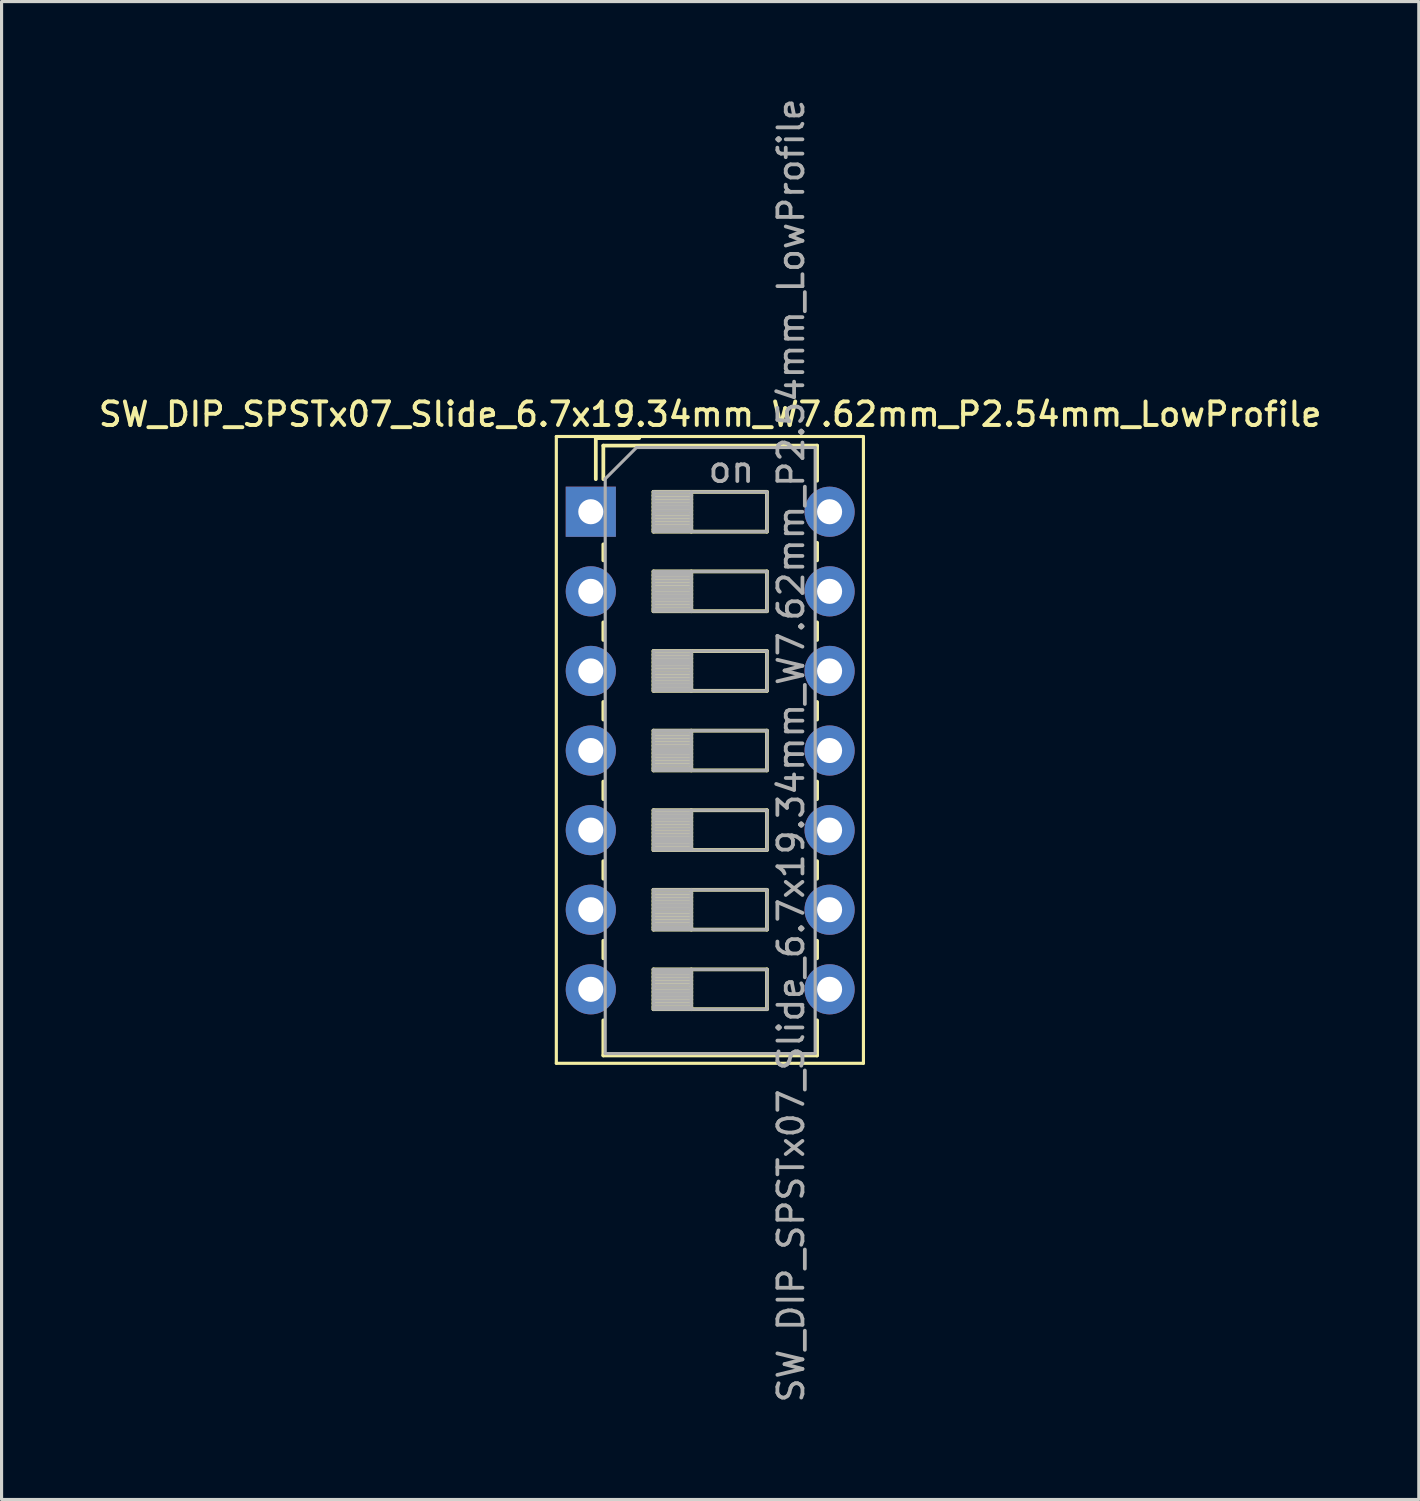
<source format=kicad_pcb>
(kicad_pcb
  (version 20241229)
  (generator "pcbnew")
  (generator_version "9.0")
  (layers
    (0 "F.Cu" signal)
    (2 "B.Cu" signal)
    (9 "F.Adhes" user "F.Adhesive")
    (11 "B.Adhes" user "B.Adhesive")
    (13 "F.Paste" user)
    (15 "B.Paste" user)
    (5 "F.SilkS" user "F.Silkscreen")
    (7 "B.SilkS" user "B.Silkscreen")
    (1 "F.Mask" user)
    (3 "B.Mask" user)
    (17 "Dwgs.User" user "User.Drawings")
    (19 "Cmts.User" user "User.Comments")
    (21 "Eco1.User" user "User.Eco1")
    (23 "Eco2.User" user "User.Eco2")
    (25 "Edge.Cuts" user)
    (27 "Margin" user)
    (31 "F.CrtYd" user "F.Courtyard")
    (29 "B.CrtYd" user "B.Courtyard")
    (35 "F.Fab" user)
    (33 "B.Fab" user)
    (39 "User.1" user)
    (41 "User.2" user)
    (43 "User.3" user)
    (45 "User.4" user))
  (footprint "SW_DIP_SPSTx07_Slide_6.7x19.34mm_W7.62mm_P2.54mm_LowProfile"
    (layer "F.Cu")
    (at 15.803 13.28)
    (property "Reference" "SW_DIP_SPSTx07_Slide_6.7x19.34mm_W7.62mm_P2.54mm_LowProfile" (at 3.81 -3.11 0) (layer "F.SilkS") (effects (font (size 0.75 0.75) (thickness 0.125))))
    (attr through_hole)
    (fp_line (start -1.1 -2.4) (end -1.1 17.6) (stroke (width 0.1) (type solid)) (layer "F.SilkS"))
    (fp_line (start -1.1 17.6) (end 8.7 17.6) (stroke (width 0.1) (type solid)) (layer "F.SilkS"))
    (fp_line (start 0.16 -2.35) (end 0.16 -1.04) (stroke (width 0.12) (type solid)) (layer "F.SilkS"))
    (fp_line (start 0.16 -2.35) (end 1.543 -2.35) (stroke (width 0.12) (type solid)) (layer "F.SilkS"))
    (fp_line (start 0.4 -2.11) (end 0.4 -1.04) (stroke (width 0.12) (type solid)) (layer "F.SilkS"))
    (fp_line (start 0.4 -2.11) (end 7.221 -2.11) (stroke (width 0.12) (type solid)) (layer "F.SilkS"))
    (fp_line (start 0.4 1.04) (end 0.4 1.551) (stroke (width 0.12) (type solid)) (layer "F.SilkS"))
    (fp_line (start 0.4 3.53) (end 0.4 4.091) (stroke (width 0.12) (type solid)) (layer "F.SilkS"))
    (fp_line (start 0.4 6.07) (end 0.4 6.631) (stroke (width 0.12) (type solid)) (layer "F.SilkS"))
    (fp_line (start 0.4 8.61) (end 0.4 9.17) (stroke (width 0.12) (type solid)) (layer "F.SilkS"))
    (fp_line (start 0.4 11.15) (end 0.4 11.71) (stroke (width 0.12) (type solid)) (layer "F.SilkS"))
    (fp_line (start 0.4 13.69) (end 0.4 14.25) (stroke (width 0.12) (type solid)) (layer "F.SilkS"))
    (fp_line (start 0.4 16.23) (end 0.4 17.35) (stroke (width 0.12) (type solid)) (layer "F.SilkS"))
    (fp_line (start 0.4 17.35) (end 7.221 17.35) (stroke (width 0.12) (type solid)) (layer "F.SilkS"))
    (fp_line (start 2 -0.635) (end 2 0.635) (stroke (width 0.12) (type solid)) (layer "F.SilkS"))
    (fp_line (start 2 -0.515) (end 3.207 -0.515) (stroke (width 0.12) (type solid)) (layer "F.SilkS"))
    (fp_line (start 2 -0.395) (end 3.207 -0.395) (stroke (width 0.12) (type solid)) (layer "F.SilkS"))
    (fp_line (start 2 -0.275) (end 3.207 -0.275) (stroke (width 0.12) (type solid)) (layer "F.SilkS"))
    (fp_line (start 2 -0.155) (end 3.207 -0.155) (stroke (width 0.12) (type solid)) (layer "F.SilkS"))
    (fp_line (start 2 -0.035) (end 3.207 -0.035) (stroke (width 0.12) (type solid)) (layer "F.SilkS"))
    (fp_line (start 2 0.085) (end 3.207 0.085) (stroke (width 0.12) (type solid)) (layer "F.SilkS"))
    (fp_line (start 2 0.205) (end 3.207 0.205) (stroke (width 0.12) (type solid)) (layer "F.SilkS"))
    (fp_line (start 2 0.325) (end 3.207 0.325) (stroke (width 0.12) (type solid)) (layer "F.SilkS"))
    (fp_line (start 2 0.445) (end 3.207 0.445) (stroke (width 0.12) (type solid)) (layer "F.SilkS"))
    (fp_line (start 2 0.565) (end 3.207 0.565) (stroke (width 0.12) (type solid)) (layer "F.SilkS"))
    (fp_line (start 2 0.635) (end 5.62 0.635) (stroke (width 0.12) (type solid)) (layer "F.SilkS"))
    (fp_line (start 2 1.905) (end 2 3.175) (stroke (width 0.12) (type solid)) (layer "F.SilkS"))
    (fp_line (start 2 2.025) (end 3.207 2.025) (stroke (width 0.12) (type solid)) (layer "F.SilkS"))
    (fp_line (start 2 2.145) (end 3.207 2.145) (stroke (width 0.12) (type solid)) (layer "F.SilkS"))
    (fp_line (start 2 2.265) (end 3.207 2.265) (stroke (width 0.12) (type solid)) (layer "F.SilkS"))
    (fp_line (start 2 2.385) (end 3.207 2.385) (stroke (width 0.12) (type solid)) (layer "F.SilkS"))
    (fp_line (start 2 2.505) (end 3.207 2.505) (stroke (width 0.12) (type solid)) (layer "F.SilkS"))
    (fp_line (start 2 2.625) (end 3.207 2.625) (stroke (width 0.12) (type solid)) (layer "F.SilkS"))
    (fp_line (start 2 2.745) (end 3.207 2.745) (stroke (width 0.12) (type solid)) (layer "F.SilkS"))
    (fp_line (start 2 2.865) (end 3.207 2.865) (stroke (width 0.12) (type solid)) (layer "F.SilkS"))
    (fp_line (start 2 2.985) (end 3.207 2.985) (stroke (width 0.12) (type solid)) (layer "F.SilkS"))
    (fp_line (start 2 3.105) (end 3.207 3.105) (stroke (width 0.12) (type solid)) (layer "F.SilkS"))
    (fp_line (start 2 3.175) (end 5.62 3.175) (stroke (width 0.12) (type solid)) (layer "F.SilkS"))
    (fp_line (start 2 4.445) (end 2 5.715) (stroke (width 0.12) (type solid)) (layer "F.SilkS"))
    (fp_line (start 2 4.565) (end 3.207 4.565) (stroke (width 0.12) (type solid)) (layer "F.SilkS"))
    (fp_line (start 2 4.685) (end 3.207 4.685) (stroke (width 0.12) (type solid)) (layer "F.SilkS"))
    (fp_line (start 2 4.805) (end 3.207 4.805) (stroke (width 0.12) (type solid)) (layer "F.SilkS"))
    (fp_line (start 2 4.925) (end 3.207 4.925) (stroke (width 0.12) (type solid)) (layer "F.SilkS"))
    (fp_line (start 2 5.045) (end 3.207 5.045) (stroke (width 0.12) (type solid)) (layer "F.SilkS"))
    (fp_line (start 2 5.165) (end 3.207 5.165) (stroke (width 0.12) (type solid)) (layer "F.SilkS"))
    (fp_line (start 2 5.285) (end 3.207 5.285) (stroke (width 0.12) (type solid)) (layer "F.SilkS"))
    (fp_line (start 2 5.405) (end 3.207 5.405) (stroke (width 0.12) (type solid)) (layer "F.SilkS"))
    (fp_line (start 2 5.525) (end 3.207 5.525) (stroke (width 0.12) (type solid)) (layer "F.SilkS"))
    (fp_line (start 2 5.645) (end 3.207 5.645) (stroke (width 0.12) (type solid)) (layer "F.SilkS"))
    (fp_line (start 2 5.715) (end 5.62 5.715) (stroke (width 0.12) (type solid)) (layer "F.SilkS"))
    (fp_line (start 2 6.985) (end 2 8.255) (stroke (width 0.12) (type solid)) (layer "F.SilkS"))
    (fp_line (start 2 7.105) (end 3.207 7.105) (stroke (width 0.12) (type solid)) (layer "F.SilkS"))
    (fp_line (start 2 7.225) (end 3.207 7.225) (stroke (width 0.12) (type solid)) (layer "F.SilkS"))
    (fp_line (start 2 7.345) (end 3.207 7.345) (stroke (width 0.12) (type solid)) (layer "F.SilkS"))
    (fp_line (start 2 7.465) (end 3.207 7.465) (stroke (width 0.12) (type solid)) (layer "F.SilkS"))
    (fp_line (start 2 7.585) (end 3.207 7.585) (stroke (width 0.12) (type solid)) (layer "F.SilkS"))
    (fp_line (start 2 7.705) (end 3.207 7.705) (stroke (width 0.12) (type solid)) (layer "F.SilkS"))
    (fp_line (start 2 7.825) (end 3.207 7.825) (stroke (width 0.12) (type solid)) (layer "F.SilkS"))
    (fp_line (start 2 7.945) (end 3.207 7.945) (stroke (width 0.12) (type solid)) (layer "F.SilkS"))
    (fp_line (start 2 8.065) (end 3.207 8.065) (stroke (width 0.12) (type solid)) (layer "F.SilkS"))
    (fp_line (start 2 8.185) (end 3.207 8.185) (stroke (width 0.12) (type solid)) (layer "F.SilkS"))
    (fp_line (start 2 8.255) (end 5.62 8.255) (stroke (width 0.12) (type solid)) (layer "F.SilkS"))
    (fp_line (start 2 9.525) (end 2 10.795) (stroke (width 0.12) (type solid)) (layer "F.SilkS"))
    (fp_line (start 2 9.645) (end 3.207 9.645) (stroke (width 0.12) (type solid)) (layer "F.SilkS"))
    (fp_line (start 2 9.765) (end 3.207 9.765) (stroke (width 0.12) (type solid)) (layer "F.SilkS"))
    (fp_line (start 2 9.885) (end 3.207 9.885) (stroke (width 0.12) (type solid)) (layer "F.SilkS"))
    (fp_line (start 2 10.005) (end 3.207 10.005) (stroke (width 0.12) (type solid)) (layer "F.SilkS"))
    (fp_line (start 2 10.125) (end 3.207 10.125) (stroke (width 0.12) (type solid)) (layer "F.SilkS"))
    (fp_line (start 2 10.245) (end 3.207 10.245) (stroke (width 0.12) (type solid)) (layer "F.SilkS"))
    (fp_line (start 2 10.365) (end 3.207 10.365) (stroke (width 0.12) (type solid)) (layer "F.SilkS"))
    (fp_line (start 2 10.485) (end 3.207 10.485) (stroke (width 0.12) (type solid)) (layer "F.SilkS"))
    (fp_line (start 2 10.605) (end 3.207 10.605) (stroke (width 0.12) (type solid)) (layer "F.SilkS"))
    (fp_line (start 2 10.725) (end 3.207 10.725) (stroke (width 0.12) (type solid)) (layer "F.SilkS"))
    (fp_line (start 2 10.795) (end 5.62 10.795) (stroke (width 0.12) (type solid)) (layer "F.SilkS"))
    (fp_line (start 2 12.065) (end 2 13.335) (stroke (width 0.12) (type solid)) (layer "F.SilkS"))
    (fp_line (start 2 12.185) (end 3.207 12.185) (stroke (width 0.12) (type solid)) (layer "F.SilkS"))
    (fp_line (start 2 12.305) (end 3.207 12.305) (stroke (width 0.12) (type solid)) (layer "F.SilkS"))
    (fp_line (start 2 12.425) (end 3.207 12.425) (stroke (width 0.12) (type solid)) (layer "F.SilkS"))
    (fp_line (start 2 12.545) (end 3.207 12.545) (stroke (width 0.12) (type solid)) (layer "F.SilkS"))
    (fp_line (start 2 12.665) (end 3.207 12.665) (stroke (width 0.12) (type solid)) (layer "F.SilkS"))
    (fp_line (start 2 12.785) (end 3.207 12.785) (stroke (width 0.12) (type solid)) (layer "F.SilkS"))
    (fp_line (start 2 12.905) (end 3.207 12.905) (stroke (width 0.12) (type solid)) (layer "F.SilkS"))
    (fp_line (start 2 13.025) (end 3.207 13.025) (stroke (width 0.12) (type solid)) (layer "F.SilkS"))
    (fp_line (start 2 13.145) (end 3.207 13.145) (stroke (width 0.12) (type solid)) (layer "F.SilkS"))
    (fp_line (start 2 13.265) (end 3.207 13.265) (stroke (width 0.12) (type solid)) (layer "F.SilkS"))
    (fp_line (start 2 13.335) (end 5.62 13.335) (stroke (width 0.12) (type solid)) (layer "F.SilkS"))
    (fp_line (start 2 14.605) (end 2 15.875) (stroke (width 0.12) (type solid)) (layer "F.SilkS"))
    (fp_line (start 2 14.725) (end 3.207 14.725) (stroke (width 0.12) (type solid)) (layer "F.SilkS"))
    (fp_line (start 2 14.845) (end 3.207 14.845) (stroke (width 0.12) (type solid)) (layer "F.SilkS"))
    (fp_line (start 2 14.965) (end 3.207 14.965) (stroke (width 0.12) (type solid)) (layer "F.SilkS"))
    (fp_line (start 2 15.085) (end 3.207 15.085) (stroke (width 0.12) (type solid)) (layer "F.SilkS"))
    (fp_line (start 2 15.205) (end 3.207 15.205) (stroke (width 0.12) (type solid)) (layer "F.SilkS"))
    (fp_line (start 2 15.325) (end 3.207 15.325) (stroke (width 0.12) (type solid)) (layer "F.SilkS"))
    (fp_line (start 2 15.445) (end 3.207 15.445) (stroke (width 0.12) (type solid)) (layer "F.SilkS"))
    (fp_line (start 2 15.565) (end 3.207 15.565) (stroke (width 0.12) (type solid)) (layer "F.SilkS"))
    (fp_line (start 2 15.685) (end 3.207 15.685) (stroke (width 0.12) (type solid)) (layer "F.SilkS"))
    (fp_line (start 2 15.805) (end 3.207 15.805) (stroke (width 0.12) (type solid)) (layer "F.SilkS"))
    (fp_line (start 2 15.875) (end 5.62 15.875) (stroke (width 0.12) (type solid)) (layer "F.SilkS"))
    (fp_line (start 3.207 -0.635) (end 3.207 0.635) (stroke (width 0.12) (type solid)) (layer "F.SilkS"))
    (fp_line (start 3.207 1.905) (end 3.207 3.175) (stroke (width 0.12) (type solid)) (layer "F.SilkS"))
    (fp_line (start 3.207 4.445) (end 3.207 5.715) (stroke (width 0.12) (type solid)) (layer "F.SilkS"))
    (fp_line (start 3.207 6.985) (end 3.207 8.255) (stroke (width 0.12) (type solid)) (layer "F.SilkS"))
    (fp_line (start 3.207 9.525) (end 3.207 10.795) (stroke (width 0.12) (type solid)) (layer "F.SilkS"))
    (fp_line (start 3.207 12.065) (end 3.207 13.335) (stroke (width 0.12) (type solid)) (layer "F.SilkS"))
    (fp_line (start 3.207 14.605) (end 3.207 15.875) (stroke (width 0.12) (type solid)) (layer "F.SilkS"))
    (fp_line (start 5.62 -0.635) (end 2 -0.635) (stroke (width 0.12) (type solid)) (layer "F.SilkS"))
    (fp_line (start 5.62 0.635) (end 5.62 -0.635) (stroke (width 0.12) (type solid)) (layer "F.SilkS"))
    (fp_line (start 5.62 1.905) (end 2 1.905) (stroke (width 0.12) (type solid)) (layer "F.SilkS"))
    (fp_line (start 5.62 3.175) (end 5.62 1.905) (stroke (width 0.12) (type solid)) (layer "F.SilkS"))
    (fp_line (start 5.62 4.445) (end 2 4.445) (stroke (width 0.12) (type solid)) (layer "F.SilkS"))
    (fp_line (start 5.62 5.715) (end 5.62 4.445) (stroke (width 0.12) (type solid)) (layer "F.SilkS"))
    (fp_line (start 5.62 6.985) (end 2 6.985) (stroke (width 0.12) (type solid)) (layer "F.SilkS"))
    (fp_line (start 5.62 8.255) (end 5.62 6.985) (stroke (width 0.12) (type solid)) (layer "F.SilkS"))
    (fp_line (start 5.62 9.525) (end 2 9.525) (stroke (width 0.12) (type solid)) (layer "F.SilkS"))
    (fp_line (start 5.62 10.795) (end 5.62 9.525) (stroke (width 0.12) (type solid)) (layer "F.SilkS"))
    (fp_line (start 5.62 12.065) (end 2 12.065) (stroke (width 0.12) (type solid)) (layer "F.SilkS"))
    (fp_line (start 5.62 13.335) (end 5.62 12.065) (stroke (width 0.12) (type solid)) (layer "F.SilkS"))
    (fp_line (start 5.62 14.605) (end 2 14.605) (stroke (width 0.12) (type solid)) (layer "F.SilkS"))
    (fp_line (start 5.62 15.875) (end 5.62 14.605) (stroke (width 0.12) (type solid)) (layer "F.SilkS"))
    (fp_line (start 7.221 -2.11) (end 7.221 -0.99) (stroke (width 0.12) (type solid)) (layer "F.SilkS"))
    (fp_line (start 7.221 0.99) (end 7.221 1.551) (stroke (width 0.12) (type solid)) (layer "F.SilkS"))
    (fp_line (start 7.221 3.53) (end 7.221 4.091) (stroke (width 0.12) (type solid)) (layer "F.SilkS"))
    (fp_line (start 7.221 6.07) (end 7.221 6.631) (stroke (width 0.12) (type solid)) (layer "F.SilkS"))
    (fp_line (start 7.221 8.61) (end 7.221 9.17) (stroke (width 0.12) (type solid)) (layer "F.SilkS"))
    (fp_line (start 7.221 11.15) (end 7.221 11.71) (stroke (width 0.12) (type solid)) (layer "F.SilkS"))
    (fp_line (start 7.221 13.69) (end 7.221 14.25) (stroke (width 0.12) (type solid)) (layer "F.SilkS"))
    (fp_line (start 7.221 16.23) (end 7.221 17.35) (stroke (width 0.12) (type solid)) (layer "F.SilkS"))
    (fp_line (start 8.7 -2.4) (end -1.1 -2.4) (stroke (width 0.1) (type solid)) (layer "F.SilkS"))
    (fp_line (start 8.7 17.6) (end 8.7 -2.4) (stroke (width 0.1) (type solid)) (layer "F.SilkS"))
    (fp_line (start 0.46 -1.05) (end 1.46 -2.05) (stroke (width 0.1) (type solid)) (layer "F.Fab"))
    (fp_line (start 0.46 17.29) (end 0.46 -1.05) (stroke (width 0.1) (type solid)) (layer "F.Fab"))
    (fp_line (start 1.46 -2.05) (end 7.16 -2.05) (stroke (width 0.1) (type solid)) (layer "F.Fab"))
    (fp_line (start 2 -0.635) (end 2 0.635) (stroke (width 0.1) (type solid)) (layer "F.Fab"))
    (fp_line (start 2 -0.535) (end 3.207 -0.535) (stroke (width 0.1) (type solid)) (layer "F.Fab"))
    (fp_line (start 2 -0.435) (end 3.207 -0.435) (stroke (width 0.1) (type solid)) (layer "F.Fab"))
    (fp_line (start 2 -0.335) (end 3.207 -0.335) (stroke (width 0.1) (type solid)) (layer "F.Fab"))
    (fp_line (start 2 -0.235) (end 3.207 -0.235) (stroke (width 0.1) (type solid)) (layer "F.Fab"))
    (fp_line (start 2 -0.135) (end 3.207 -0.135) (stroke (width 0.1) (type solid)) (layer "F.Fab"))
    (fp_line (start 2 -0.035) (end 3.207 -0.035) (stroke (width 0.1) (type solid)) (layer "F.Fab"))
    (fp_line (start 2 0.065) (end 3.207 0.065) (stroke (width 0.1) (type solid)) (layer "F.Fab"))
    (fp_line (start 2 0.165) (end 3.207 0.165) (stroke (width 0.1) (type solid)) (layer "F.Fab"))
    (fp_line (start 2 0.265) (end 3.207 0.265) (stroke (width 0.1) (type solid)) (layer "F.Fab"))
    (fp_line (start 2 0.365) (end 3.207 0.365) (stroke (width 0.1) (type solid)) (layer "F.Fab"))
    (fp_line (start 2 0.465) (end 3.207 0.465) (stroke (width 0.1) (type solid)) (layer "F.Fab"))
    (fp_line (start 2 0.565) (end 3.207 0.565) (stroke (width 0.1) (type solid)) (layer "F.Fab"))
    (fp_line (start 2 0.635) (end 5.62 0.635) (stroke (width 0.1) (type solid)) (layer "F.Fab"))
    (fp_line (start 2 1.905) (end 2 3.175) (stroke (width 0.1) (type solid)) (layer "F.Fab"))
    (fp_line (start 2 2.005) (end 3.207 2.005) (stroke (width 0.1) (type solid)) (layer "F.Fab"))
    (fp_line (start 2 2.105) (end 3.207 2.105) (stroke (width 0.1) (type solid)) (layer "F.Fab"))
    (fp_line (start 2 2.205) (end 3.207 2.205) (stroke (width 0.1) (type solid)) (layer "F.Fab"))
    (fp_line (start 2 2.305) (end 3.207 2.305) (stroke (width 0.1) (type solid)) (layer "F.Fab"))
    (fp_line (start 2 2.405) (end 3.207 2.405) (stroke (width 0.1) (type solid)) (layer "F.Fab"))
    (fp_line (start 2 2.505) (end 3.207 2.505) (stroke (width 0.1) (type solid)) (layer "F.Fab"))
    (fp_line (start 2 2.605) (end 3.207 2.605) (stroke (width 0.1) (type solid)) (layer "F.Fab"))
    (fp_line (start 2 2.705) (end 3.207 2.705) (stroke (width 0.1) (type solid)) (layer "F.Fab"))
    (fp_line (start 2 2.805) (end 3.207 2.805) (stroke (width 0.1) (type solid)) (layer "F.Fab"))
    (fp_line (start 2 2.905) (end 3.207 2.905) (stroke (width 0.1) (type solid)) (layer "F.Fab"))
    (fp_line (start 2 3.005) (end 3.207 3.005) (stroke (width 0.1) (type solid)) (layer "F.Fab"))
    (fp_line (start 2 3.105) (end 3.207 3.105) (stroke (width 0.1) (type solid)) (layer "F.Fab"))
    (fp_line (start 2 3.175) (end 5.62 3.175) (stroke (width 0.1) (type solid)) (layer "F.Fab"))
    (fp_line (start 2 4.445) (end 2 5.715) (stroke (width 0.1) (type solid)) (layer "F.Fab"))
    (fp_line (start 2 4.545) (end 3.207 4.545) (stroke (width 0.1) (type solid)) (layer "F.Fab"))
    (fp_line (start 2 4.645) (end 3.207 4.645) (stroke (width 0.1) (type solid)) (layer "F.Fab"))
    (fp_line (start 2 4.745) (end 3.207 4.745) (stroke (width 0.1) (type solid)) (layer "F.Fab"))
    (fp_line (start 2 4.845) (end 3.207 4.845) (stroke (width 0.1) (type solid)) (layer "F.Fab"))
    (fp_line (start 2 4.945) (end 3.207 4.945) (stroke (width 0.1) (type solid)) (layer "F.Fab"))
    (fp_line (start 2 5.045) (end 3.207 5.045) (stroke (width 0.1) (type solid)) (layer "F.Fab"))
    (fp_line (start 2 5.145) (end 3.207 5.145) (stroke (width 0.1) (type solid)) (layer "F.Fab"))
    (fp_line (start 2 5.245) (end 3.207 5.245) (stroke (width 0.1) (type solid)) (layer "F.Fab"))
    (fp_line (start 2 5.345) (end 3.207 5.345) (stroke (width 0.1) (type solid)) (layer "F.Fab"))
    (fp_line (start 2 5.445) (end 3.207 5.445) (stroke (width 0.1) (type solid)) (layer "F.Fab"))
    (fp_line (start 2 5.545) (end 3.207 5.545) (stroke (width 0.1) (type solid)) (layer "F.Fab"))
    (fp_line (start 2 5.645) (end 3.207 5.645) (stroke (width 0.1) (type solid)) (layer "F.Fab"))
    (fp_line (start 2 5.715) (end 5.62 5.715) (stroke (width 0.1) (type solid)) (layer "F.Fab"))
    (fp_line (start 2 6.985) (end 2 8.255) (stroke (width 0.1) (type solid)) (layer "F.Fab"))
    (fp_line (start 2 7.085) (end 3.207 7.085) (stroke (width 0.1) (type solid)) (layer "F.Fab"))
    (fp_line (start 2 7.185) (end 3.207 7.185) (stroke (width 0.1) (type solid)) (layer "F.Fab"))
    (fp_line (start 2 7.285) (end 3.207 7.285) (stroke (width 0.1) (type solid)) (layer "F.Fab"))
    (fp_line (start 2 7.385) (end 3.207 7.385) (stroke (width 0.1) (type solid)) (layer "F.Fab"))
    (fp_line (start 2 7.485) (end 3.207 7.485) (stroke (width 0.1) (type solid)) (layer "F.Fab"))
    (fp_line (start 2 7.585) (end 3.207 7.585) (stroke (width 0.1) (type solid)) (layer "F.Fab"))
    (fp_line (start 2 7.685) (end 3.207 7.685) (stroke (width 0.1) (type solid)) (layer "F.Fab"))
    (fp_line (start 2 7.785) (end 3.207 7.785) (stroke (width 0.1) (type solid)) (layer "F.Fab"))
    (fp_line (start 2 7.885) (end 3.207 7.885) (stroke (width 0.1) (type solid)) (layer "F.Fab"))
    (fp_line (start 2 7.985) (end 3.207 7.985) (stroke (width 0.1) (type solid)) (layer "F.Fab"))
    (fp_line (start 2 8.085) (end 3.207 8.085) (stroke (width 0.1) (type solid)) (layer "F.Fab"))
    (fp_line (start 2 8.185) (end 3.207 8.185) (stroke (width 0.1) (type solid)) (layer "F.Fab"))
    (fp_line (start 2 8.255) (end 5.62 8.255) (stroke (width 0.1) (type solid)) (layer "F.Fab"))
    (fp_line (start 2 9.525) (end 2 10.795) (stroke (width 0.1) (type solid)) (layer "F.Fab"))
    (fp_line (start 2 9.625) (end 3.207 9.625) (stroke (width 0.1) (type solid)) (layer "F.Fab"))
    (fp_line (start 2 9.725) (end 3.207 9.725) (stroke (width 0.1) (type solid)) (layer "F.Fab"))
    (fp_line (start 2 9.825) (end 3.207 9.825) (stroke (width 0.1) (type solid)) (layer "F.Fab"))
    (fp_line (start 2 9.925) (end 3.207 9.925) (stroke (width 0.1) (type solid)) (layer "F.Fab"))
    (fp_line (start 2 10.025) (end 3.207 10.025) (stroke (width 0.1) (type solid)) (layer "F.Fab"))
    (fp_line (start 2 10.125) (end 3.207 10.125) (stroke (width 0.1) (type solid)) (layer "F.Fab"))
    (fp_line (start 2 10.225) (end 3.207 10.225) (stroke (width 0.1) (type solid)) (layer "F.Fab"))
    (fp_line (start 2 10.325) (end 3.207 10.325) (stroke (width 0.1) (type solid)) (layer "F.Fab"))
    (fp_line (start 2 10.425) (end 3.207 10.425) (stroke (width 0.1) (type solid)) (layer "F.Fab"))
    (fp_line (start 2 10.525) (end 3.207 10.525) (stroke (width 0.1) (type solid)) (layer "F.Fab"))
    (fp_line (start 2 10.625) (end 3.207 10.625) (stroke (width 0.1) (type solid)) (layer "F.Fab"))
    (fp_line (start 2 10.725) (end 3.207 10.725) (stroke (width 0.1) (type solid)) (layer "F.Fab"))
    (fp_line (start 2 10.795) (end 5.62 10.795) (stroke (width 0.1) (type solid)) (layer "F.Fab"))
    (fp_line (start 2 12.065) (end 2 13.335) (stroke (width 0.1) (type solid)) (layer "F.Fab"))
    (fp_line (start 2 12.165) (end 3.207 12.165) (stroke (width 0.1) (type solid)) (layer "F.Fab"))
    (fp_line (start 2 12.265) (end 3.207 12.265) (stroke (width 0.1) (type solid)) (layer "F.Fab"))
    (fp_line (start 2 12.365) (end 3.207 12.365) (stroke (width 0.1) (type solid)) (layer "F.Fab"))
    (fp_line (start 2 12.465) (end 3.207 12.465) (stroke (width 0.1) (type solid)) (layer "F.Fab"))
    (fp_line (start 2 12.565) (end 3.207 12.565) (stroke (width 0.1) (type solid)) (layer "F.Fab"))
    (fp_line (start 2 12.665) (end 3.207 12.665) (stroke (width 0.1) (type solid)) (layer "F.Fab"))
    (fp_line (start 2 12.765) (end 3.207 12.765) (stroke (width 0.1) (type solid)) (layer "F.Fab"))
    (fp_line (start 2 12.865) (end 3.207 12.865) (stroke (width 0.1) (type solid)) (layer "F.Fab"))
    (fp_line (start 2 12.965) (end 3.207 12.965) (stroke (width 0.1) (type solid)) (layer "F.Fab"))
    (fp_line (start 2 13.065) (end 3.207 13.065) (stroke (width 0.1) (type solid)) (layer "F.Fab"))
    (fp_line (start 2 13.165) (end 3.207 13.165) (stroke (width 0.1) (type solid)) (layer "F.Fab"))
    (fp_line (start 2 13.265) (end 3.207 13.265) (stroke (width 0.1) (type solid)) (layer "F.Fab"))
    (fp_line (start 2 13.335) (end 5.62 13.335) (stroke (width 0.1) (type solid)) (layer "F.Fab"))
    (fp_line (start 2 14.605) (end 2 15.875) (stroke (width 0.1) (type solid)) (layer "F.Fab"))
    (fp_line (start 2 14.705) (end 3.207 14.705) (stroke (width 0.1) (type solid)) (layer "F.Fab"))
    (fp_line (start 2 14.805) (end 3.207 14.805) (stroke (width 0.1) (type solid)) (layer "F.Fab"))
    (fp_line (start 2 14.905) (end 3.207 14.905) (stroke (width 0.1) (type solid)) (layer "F.Fab"))
    (fp_line (start 2 15.005) (end 3.207 15.005) (stroke (width 0.1) (type solid)) (layer "F.Fab"))
    (fp_line (start 2 15.105) (end 3.207 15.105) (stroke (width 0.1) (type solid)) (layer "F.Fab"))
    (fp_line (start 2 15.205) (end 3.207 15.205) (stroke (width 0.1) (type solid)) (layer "F.Fab"))
    (fp_line (start 2 15.305) (end 3.207 15.305) (stroke (width 0.1) (type solid)) (layer "F.Fab"))
    (fp_line (start 2 15.405) (end 3.207 15.405) (stroke (width 0.1) (type solid)) (layer "F.Fab"))
    (fp_line (start 2 15.505) (end 3.207 15.505) (stroke (width 0.1) (type solid)) (layer "F.Fab"))
    (fp_line (start 2 15.605) (end 3.207 15.605) (stroke (width 0.1) (type solid)) (layer "F.Fab"))
    (fp_line (start 2 15.705) (end 3.207 15.705) (stroke (width 0.1) (type solid)) (layer "F.Fab"))
    (fp_line (start 2 15.805) (end 3.207 15.805) (stroke (width 0.1) (type solid)) (layer "F.Fab"))
    (fp_line (start 2 15.875) (end 5.62 15.875) (stroke (width 0.1) (type solid)) (layer "F.Fab"))
    (fp_line (start 3.207 -0.635) (end 3.207 0.635) (stroke (width 0.1) (type solid)) (layer "F.Fab"))
    (fp_line (start 3.207 1.905) (end 3.207 3.175) (stroke (width 0.1) (type solid)) (layer "F.Fab"))
    (fp_line (start 3.207 4.445) (end 3.207 5.715) (stroke (width 0.1) (type solid)) (layer "F.Fab"))
    (fp_line (start 3.207 6.985) (end 3.207 8.255) (stroke (width 0.1) (type solid)) (layer "F.Fab"))
    (fp_line (start 3.207 9.525) (end 3.207 10.795) (stroke (width 0.1) (type solid)) (layer "F.Fab"))
    (fp_line (start 3.207 12.065) (end 3.207 13.335) (stroke (width 0.1) (type solid)) (layer "F.Fab"))
    (fp_line (start 3.207 14.605) (end 3.207 15.875) (stroke (width 0.1) (type solid)) (layer "F.Fab"))
    (fp_line (start 5.62 -0.635) (end 2 -0.635) (stroke (width 0.1) (type solid)) (layer "F.Fab"))
    (fp_line (start 5.62 0.635) (end 5.62 -0.635) (stroke (width 0.1) (type solid)) (layer "F.Fab"))
    (fp_line (start 5.62 1.905) (end 2 1.905) (stroke (width 0.1) (type solid)) (layer "F.Fab"))
    (fp_line (start 5.62 3.175) (end 5.62 1.905) (stroke (width 0.1) (type solid)) (layer "F.Fab"))
    (fp_line (start 5.62 4.445) (end 2 4.445) (stroke (width 0.1) (type solid)) (layer "F.Fab"))
    (fp_line (start 5.62 5.715) (end 5.62 4.445) (stroke (width 0.1) (type solid)) (layer "F.Fab"))
    (fp_line (start 5.62 6.985) (end 2 6.985) (stroke (width 0.1) (type solid)) (layer "F.Fab"))
    (fp_line (start 5.62 8.255) (end 5.62 6.985) (stroke (width 0.1) (type solid)) (layer "F.Fab"))
    (fp_line (start 5.62 9.525) (end 2 9.525) (stroke (width 0.1) (type solid)) (layer "F.Fab"))
    (fp_line (start 5.62 10.795) (end 5.62 9.525) (stroke (width 0.1) (type solid)) (layer "F.Fab"))
    (fp_line (start 5.62 12.065) (end 2 12.065) (stroke (width 0.1) (type solid)) (layer "F.Fab"))
    (fp_line (start 5.62 13.335) (end 5.62 12.065) (stroke (width 0.1) (type solid)) (layer "F.Fab"))
    (fp_line (start 5.62 14.605) (end 2 14.605) (stroke (width 0.1) (type solid)) (layer "F.Fab"))
    (fp_line (start 5.62 15.875) (end 5.62 14.605) (stroke (width 0.1) (type solid)) (layer "F.Fab"))
    (fp_line (start 7.16 -2.05) (end 7.16 17.29) (stroke (width 0.1) (type solid)) (layer "F.Fab"))
    (fp_line (start 7.16 17.29) (end 0.46 17.29) (stroke (width 0.1) (type solid)) (layer "F.Fab"))
    (fp_text user "${REFERENCE}" (at 6.39 7.62 90) (layer "F.Fab") (effects (font (size 0.8 0.8) (thickness 0.12))))
    (fp_text user "on" (at 4.485 -1.343 0) (layer "F.Fab") (effects (font (size 0.8 0.8) (thickness 0.12))))
    (pad "1" thru_hole rect (at 0 0) (size 1.6 1.6) (drill 0.8) (layers "*.Cu" "*.Mask"))
    (pad "2" thru_hole oval (at 0 2.54) (size 1.6 1.6) (drill 0.8) (layers "*.Cu" "*.Mask"))
    (pad "3" thru_hole oval (at 0 5.08) (size 1.6 1.6) (drill 0.8) (layers "*.Cu" "*.Mask"))
    (pad "4" thru_hole oval (at 0 7.62) (size 1.6 1.6) (drill 0.8) (layers "*.Cu" "*.Mask"))
    (pad "5" thru_hole oval (at 0 10.16) (size 1.6 1.6) (drill 0.8) (layers "*.Cu" "*.Mask"))
    (pad "6" thru_hole oval (at 0 12.7) (size 1.6 1.6) (drill 0.8) (layers "*.Cu" "*.Mask"))
    (pad "7" thru_hole oval (at 0 15.24) (size 1.6 1.6) (drill 0.8) (layers "*.Cu" "*.Mask"))
    (pad "8" thru_hole oval (at 7.62 15.24) (size 1.6 1.6) (drill 0.8) (layers "*.Cu" "*.Mask"))
    (pad "9" thru_hole oval (at 7.62 12.7) (size 1.6 1.6) (drill 0.8) (layers "*.Cu" "*.Mask"))
    (pad "10" thru_hole oval (at 7.62 10.16) (size 1.6 1.6) (drill 0.8) (layers "*.Cu" "*.Mask"))
    (pad "11" thru_hole oval (at 7.62 7.62) (size 1.6 1.6) (drill 0.8) (layers "*.Cu" "*.Mask"))
    (pad "12" thru_hole oval (at 7.62 5.08) (size 1.6 1.6) (drill 0.8) (layers "*.Cu" "*.Mask"))
    (pad "13" thru_hole oval (at 7.62 2.54) (size 1.6 1.6) (drill 0.8) (layers "*.Cu" "*.Mask"))
    (pad "14" thru_hole oval (at 7.62 0) (size 1.6 1.6) (drill 0.8) (layers "*.Cu" "*.Mask")))
  (gr_rect
    (start -3 -3)
    (end 42.225 44.8)
    (stroke (width 0.1) (type default))
    (fill no)
    (layer "Edge.Cuts")))
</source>
